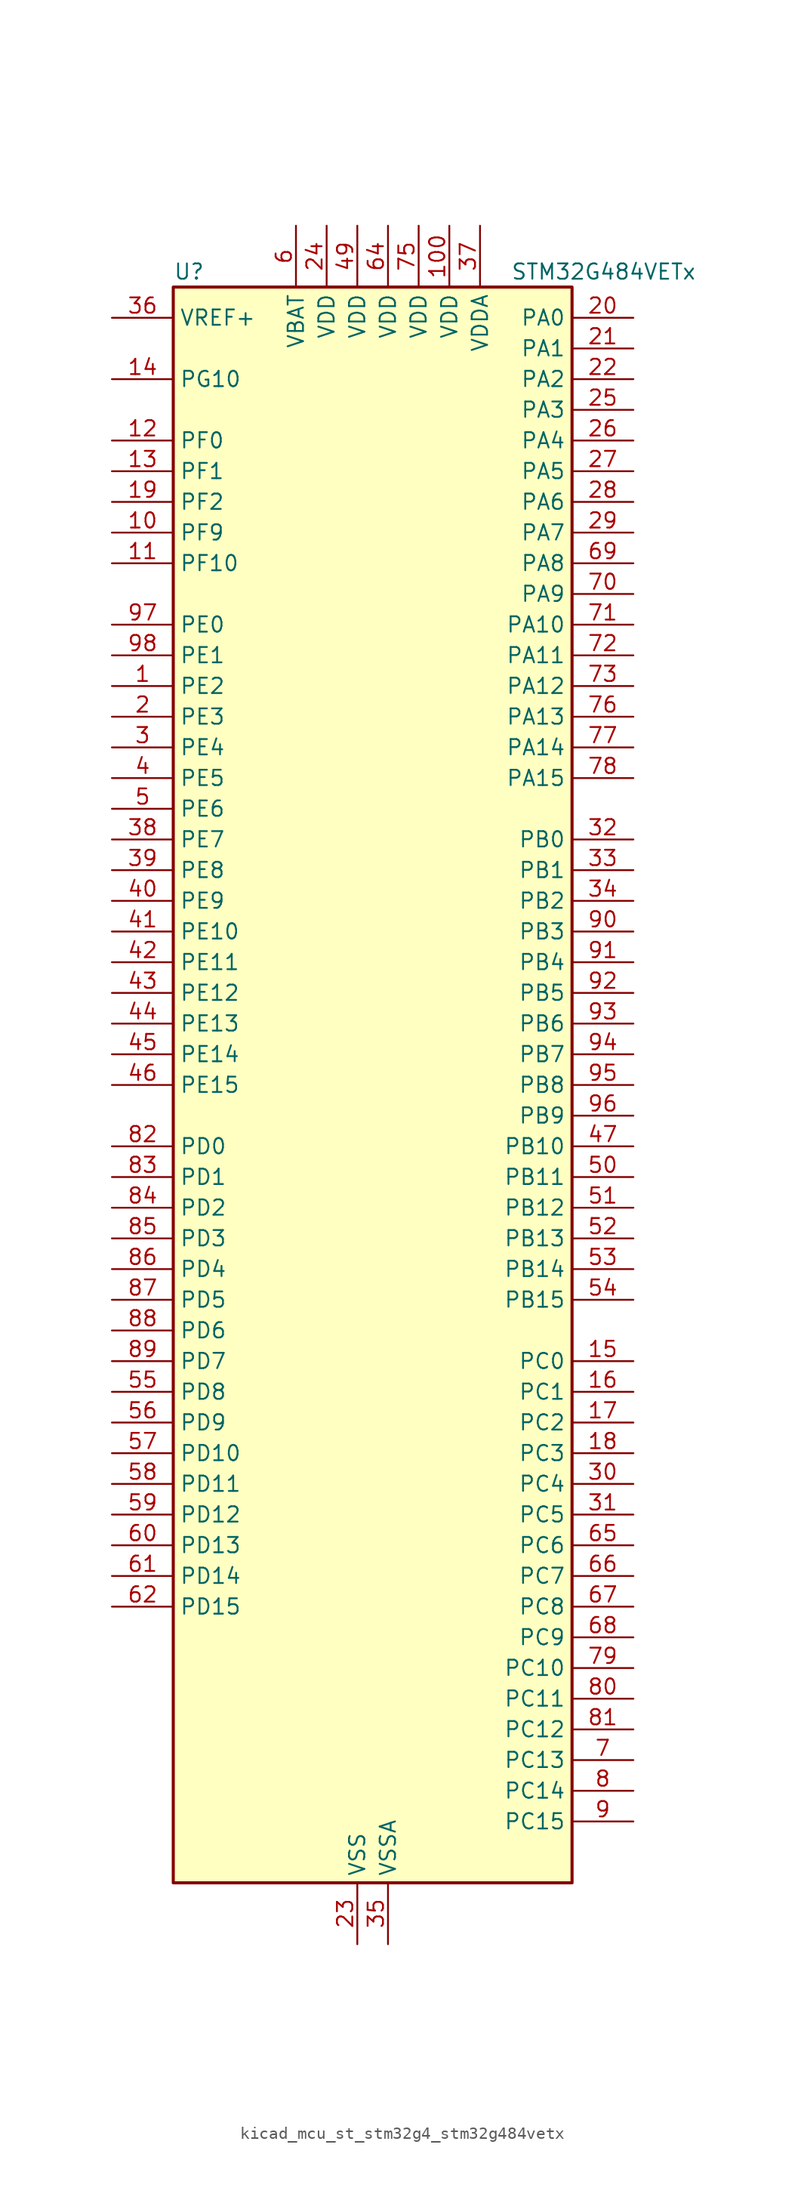
<source format=kicad_sym>
(kicad_symbol_lib
  (version 20220914)
  (generator kicad_symbol_editor)
  (symbol "kicad_mcu_st_stm32g4_stm32g484vetx"
    (property "Reference" "U"
      (at -15.24 67.31 0)
      (effects (font (size 1.27 1.27)) (justify left)))
    (property "Value" "STM32G484VETx"
      (at 12.7 67.31 0)
      (effects (font (size 1.27 1.27)) (justify left)))
    (property "ki_locked" ""
      (at 0 0 0)
      (effects (font (size 1.27 1.27))))
    (symbol "kicad_mcu_st_stm32g4_stm32g484vetx_0_1"
      (rectangle (start -15.24 -66.04) (end 17.78 66.04) (stroke (width 0.254) (type default)) (fill (type background))))
    (symbol "kicad_mcu_st_stm32g4_stm32g484vetx_1_1"
      (pin bidirectional line (at -20.32 33.02 0) (length 5.08) (name "PE2" (effects (font (size 1.27 1.27)))) (number "1" (effects (font (size 1.27 1.27)))) (alternate "ADC3_EXTI2" bidirectional line) (alternate "ADC4_EXTI2" bidirectional line) (alternate "ADC5_EXTI2" bidirectional line) (alternate "FMC_A23" bidirectional line) (alternate "SAI1_CK1" bidirectional line) (alternate "SAI1_MCLK_A" bidirectional line) (alternate "SPI4_SCK" bidirectional line) (alternate "SYS_TRACECLK" bidirectional line) (alternate "TIM20_CH1" bidirectional line) (alternate "TIM3_CH1" bidirectional line))
      (pin bidirectional line (at -20.32 45.72 0) (length 5.08) (name "PF9" (effects (font (size 1.27 1.27)))) (number "10" (effects (font (size 1.27 1.27)))) (alternate "DAC1_EXTI9" bidirectional line) (alternate "DAC2_EXTI9" bidirectional line) (alternate "DAC3_EXTI9" bidirectional line) (alternate "DAC4_EXTI9" bidirectional line) (alternate "FMC_A25" bidirectional line) (alternate "QUADSPI1_BK1_IO1" bidirectional line) (alternate "SAI1_FS_B" bidirectional line) (alternate "SPI2_SCK" bidirectional line) (alternate "TIM15_CH1" bidirectional line) (alternate "TIM20_BKIN" bidirectional line) (alternate "TIM5_CH4" bidirectional line))
      (pin power_in line (at 7.62 71.12 270) (length 5.08) (name "VDD" (effects (font (size 1.27 1.27)))) (number "100" (effects (font (size 1.27 1.27)))))
      (pin bidirectional line (at -20.32 43.18 0) (length 5.08) (name "PF10" (effects (font (size 1.27 1.27)))) (number "11" (effects (font (size 1.27 1.27)))) (alternate "DAC1_EXTI10" bidirectional line) (alternate "DAC2_EXTI10" bidirectional line) (alternate "DAC3_EXTI10" bidirectional line) (alternate "DAC4_EXTI10" bidirectional line) (alternate "FMC_A0" bidirectional line) (alternate "QUADSPI1_CLK" bidirectional line) (alternate "SAI1_D3" bidirectional line) (alternate "SPI2_SCK" bidirectional line) (alternate "TIM15_CH2" bidirectional line) (alternate "TIM20_BKIN2" bidirectional line))
      (pin bidirectional line (at -20.32 53.34 0) (length 5.08) (name "PF0" (effects (font (size 1.27 1.27)))) (number "12" (effects (font (size 1.27 1.27)))) (alternate "ADC1_IN10" bidirectional line) (alternate "I2C2_SDA" bidirectional line) (alternate "I2S2_WS" bidirectional line) (alternate "RCC_OSC_IN" bidirectional line) (alternate "SPI2_NSS" bidirectional line) (alternate "TIM1_CH3N" bidirectional line))
      (pin bidirectional line (at -20.32 50.8 0) (length 5.08) (name "PF1" (effects (font (size 1.27 1.27)))) (number "13" (effects (font (size 1.27 1.27)))) (alternate "ADC2_IN10" bidirectional line) (alternate "COMP3_INM" bidirectional line) (alternate "I2S2_CK" bidirectional line) (alternate "RCC_OSC_OUT" bidirectional line) (alternate "SPI2_SCK" bidirectional line))
      (pin bidirectional line (at -20.32 58.42 0) (length 5.08) (name "PG10" (effects (font (size 1.27 1.27)))) (number "14" (effects (font (size 1.27 1.27)))) (alternate "DAC1_EXTI10" bidirectional line) (alternate "DAC2_EXTI10" bidirectional line) (alternate "DAC3_EXTI10" bidirectional line) (alternate "DAC4_EXTI10" bidirectional line) (alternate "RCC_MCO" bidirectional line))
      (pin bidirectional line (at 22.86 -22.86 180) (length 5.08) (name "PC0" (effects (font (size 1.27 1.27)))) (number "15" (effects (font (size 1.27 1.27)))) (alternate "ADC1_IN6" bidirectional line) (alternate "ADC2_IN6" bidirectional line) (alternate "COMP3_INM" bidirectional line) (alternate "LPTIM1_IN1" bidirectional line) (alternate "LPUART1_RX" bidirectional line) (alternate "TIM1_CH1" bidirectional line))
      (pin bidirectional line (at 22.86 -25.4 180) (length 5.08) (name "PC1" (effects (font (size 1.27 1.27)))) (number "16" (effects (font (size 1.27 1.27)))) (alternate "ADC1_IN7" bidirectional line) (alternate "ADC2_IN7" bidirectional line) (alternate "COMP3_INP" bidirectional line) (alternate "LPTIM1_OUT" bidirectional line) (alternate "LPUART1_TX" bidirectional line) (alternate "QUADSPI1_BK2_IO0" bidirectional line) (alternate "SAI1_SD_A" bidirectional line) (alternate "TIM1_CH2" bidirectional line))
      (pin bidirectional line (at 22.86 -27.94 180) (length 5.08) (name "PC2" (effects (font (size 1.27 1.27)))) (number "17" (effects (font (size 1.27 1.27)))) (alternate "ADC1_IN8" bidirectional line) (alternate "ADC2_IN8" bidirectional line) (alternate "ADC3_EXTI2" bidirectional line) (alternate "ADC4_EXTI2" bidirectional line) (alternate "ADC5_EXTI2" bidirectional line) (alternate "COMP3_OUT" bidirectional line) (alternate "LPTIM1_IN2" bidirectional line) (alternate "QUADSPI1_BK2_IO1" bidirectional line) (alternate "TIM1_CH3" bidirectional line) (alternate "TIM20_CH2" bidirectional line))
      (pin bidirectional line (at 22.86 -30.48 180) (length 5.08) (name "PC3" (effects (font (size 1.27 1.27)))) (number "18" (effects (font (size 1.27 1.27)))) (alternate "ADC1_IN9" bidirectional line) (alternate "ADC2_IN9" bidirectional line) (alternate "ADC3_EXTI3" bidirectional line) (alternate "ADC4_EXTI3" bidirectional line) (alternate "ADC5_EXTI3" bidirectional line) (alternate "LPTIM1_ETR" bidirectional line) (alternate "OPAMP5_VINP" bidirectional line) (alternate "OPAMP5_VINP_SEC" bidirectional line) (alternate "QUADSPI1_BK2_IO2" bidirectional line) (alternate "SAI1_D1" bidirectional line) (alternate "SAI1_SD_A" bidirectional line) (alternate "TIM1_BKIN2" bidirectional line) (alternate "TIM1_CH4" bidirectional line))
      (pin bidirectional line (at -20.32 48.26 0) (length 5.08) (name "PF2" (effects (font (size 1.27 1.27)))) (number "19" (effects (font (size 1.27 1.27)))) (alternate "ADC3_EXTI2" bidirectional line) (alternate "ADC4_EXTI2" bidirectional line) (alternate "ADC5_EXTI2" bidirectional line) (alternate "FMC_A2" bidirectional line) (alternate "I2C2_SMBA" bidirectional line) (alternate "TIM20_CH3" bidirectional line))
      (pin bidirectional line (at -20.32 30.48 0) (length 5.08) (name "PE3" (effects (font (size 1.27 1.27)))) (number "2" (effects (font (size 1.27 1.27)))) (alternate "ADC3_EXTI3" bidirectional line) (alternate "ADC4_EXTI3" bidirectional line) (alternate "ADC5_EXTI3" bidirectional line) (alternate "FMC_A19" bidirectional line) (alternate "SAI1_SD_B" bidirectional line) (alternate "SPI4_NSS" bidirectional line) (alternate "SYS_TRACED0" bidirectional line) (alternate "TIM20_CH2" bidirectional line) (alternate "TIM3_CH2" bidirectional line))
      (pin bidirectional line (at 22.86 63.5 180) (length 5.08) (name "PA0" (effects (font (size 1.27 1.27)))) (number "20" (effects (font (size 1.27 1.27)))) (alternate "ADC1_IN1" bidirectional line) (alternate "ADC2_IN1" bidirectional line) (alternate "COMP1_INM" bidirectional line) (alternate "COMP1_OUT" bidirectional line) (alternate "COMP3_INP" bidirectional line) (alternate "RTC_TAMP2" bidirectional line) (alternate "SYS_WKUP1" bidirectional line) (alternate "TIM2_CH1" bidirectional line) (alternate "TIM2_ETR" bidirectional line) (alternate "TIM5_CH1" bidirectional line) (alternate "TIM8_BKIN" bidirectional line) (alternate "TIM8_ETR" bidirectional line) (alternate "USART2_CTS" bidirectional line) (alternate "USART2_NSS" bidirectional line))
      (pin bidirectional line (at 22.86 60.96 180) (length 5.08) (name "PA1" (effects (font (size 1.27 1.27)))) (number "21" (effects (font (size 1.27 1.27)))) (alternate "ADC1_IN2" bidirectional line) (alternate "ADC2_IN2" bidirectional line) (alternate "COMP1_INP" bidirectional line) (alternate "OPAMP1_VINP" bidirectional line) (alternate "OPAMP1_VINP_SEC" bidirectional line) (alternate "OPAMP3_VINP" bidirectional line) (alternate "OPAMP3_VINP_SEC" bidirectional line) (alternate "OPAMP6_VINM" bidirectional line) (alternate "OPAMP6_VINM0" bidirectional line) (alternate "OPAMP6_VINM_SEC" bidirectional line) (alternate "RTC_REFIN" bidirectional line) (alternate "TIM15_CH1N" bidirectional line) (alternate "TIM2_CH2" bidirectional line) (alternate "TIM5_CH2" bidirectional line) (alternate "USART2_DE" bidirectional line) (alternate "USART2_RTS" bidirectional line))
      (pin bidirectional line (at 22.86 58.42 180) (length 5.08) (name "PA2" (effects (font (size 1.27 1.27)))) (number "22" (effects (font (size 1.27 1.27)))) (alternate "ADC1_IN3" bidirectional line) (alternate "ADC3_EXTI2" bidirectional line) (alternate "ADC4_EXTI2" bidirectional line) (alternate "ADC5_EXTI2" bidirectional line) (alternate "COMP2_INM" bidirectional line) (alternate "COMP2_OUT" bidirectional line) (alternate "LPUART1_TX" bidirectional line) (alternate "OPAMP1_VOUT" bidirectional line) (alternate "QUADSPI1_BK1_NCS" bidirectional line) (alternate "RCC_LSCO" bidirectional line) (alternate "SYS_WKUP4" bidirectional line) (alternate "TIM15_CH1" bidirectional line) (alternate "TIM2_CH3" bidirectional line) (alternate "TIM5_CH3" bidirectional line) (alternate "UCPD1_FRSTX1" bidirectional line) (alternate "UCPD1_FRSTX2" bidirectional line) (alternate "USART2_TX" bidirectional line))
      (pin power_in line (at 0 -71.12 90) (length 5.08) (name "VSS" (effects (font (size 1.27 1.27)))) (number "23" (effects (font (size 1.27 1.27)))))
      (pin power_in line (at -2.54 71.12 270) (length 5.08) (name "VDD" (effects (font (size 1.27 1.27)))) (number "24" (effects (font (size 1.27 1.27)))))
      (pin bidirectional line (at 22.86 55.88 180) (length 5.08) (name "PA3" (effects (font (size 1.27 1.27)))) (number "25" (effects (font (size 1.27 1.27)))) (alternate "ADC1_IN4" bidirectional line) (alternate "ADC3_EXTI3" bidirectional line) (alternate "ADC4_EXTI3" bidirectional line) (alternate "ADC5_EXTI3" bidirectional line) (alternate "COMP2_INP" bidirectional line) (alternate "LPUART1_RX" bidirectional line) (alternate "OPAMP1_VINM" bidirectional line) (alternate "OPAMP1_VINM0" bidirectional line) (alternate "OPAMP1_VINM_SEC" bidirectional line) (alternate "OPAMP1_VINP" bidirectional line) (alternate "OPAMP1_VINP_SEC" bidirectional line) (alternate "OPAMP5_VINM" bidirectional line) (alternate "OPAMP5_VINM1" bidirectional line) (alternate "OPAMP5_VINM_SEC" bidirectional line) (alternate "QUADSPI1_CLK" bidirectional line) (alternate "SAI1_CK1" bidirectional line) (alternate "SAI1_MCLK_A" bidirectional line) (alternate "TIM15_CH2" bidirectional line) (alternate "TIM2_CH4" bidirectional line) (alternate "TIM5_CH4" bidirectional line) (alternate "USART2_RX" bidirectional line))
      (pin bidirectional line (at 22.86 53.34 180) (length 5.08) (name "PA4" (effects (font (size 1.27 1.27)))) (number "26" (effects (font (size 1.27 1.27)))) (alternate "ADC2_IN17" bidirectional line) (alternate "COMP1_INM" bidirectional line) (alternate "DAC1_OUT1" bidirectional line) (alternate "I2S3_WS" bidirectional line) (alternate "SAI1_FS_B" bidirectional line) (alternate "SPI1_NSS" bidirectional line) (alternate "SPI3_NSS" bidirectional line) (alternate "TIM3_CH2" bidirectional line) (alternate "USART2_CK" bidirectional line))
      (pin bidirectional line (at 22.86 50.8 180) (length 5.08) (name "PA5" (effects (font (size 1.27 1.27)))) (number "27" (effects (font (size 1.27 1.27)))) (alternate "ADC2_IN13" bidirectional line) (alternate "COMP2_INM" bidirectional line) (alternate "DAC1_OUT2" bidirectional line) (alternate "OPAMP2_VINM" bidirectional line) (alternate "OPAMP2_VINM0" bidirectional line) (alternate "OPAMP2_VINM_SEC" bidirectional line) (alternate "SPI1_SCK" bidirectional line) (alternate "TIM2_CH1" bidirectional line) (alternate "TIM2_ETR" bidirectional line) (alternate "UCPD1_FRSTX1" bidirectional line) (alternate "UCPD1_FRSTX2" bidirectional line))
      (pin bidirectional line (at 22.86 48.26 180) (length 5.08) (name "PA6" (effects (font (size 1.27 1.27)))) (number "28" (effects (font (size 1.27 1.27)))) (alternate "ADC2_IN3" bidirectional line) (alternate "COMP1_OUT" bidirectional line) (alternate "DAC2_OUT1" bidirectional line) (alternate "LPUART1_CTS" bidirectional line) (alternate "OPAMP2_VOUT" bidirectional line) (alternate "QUADSPI1_BK1_IO3" bidirectional line) (alternate "SPI1_MISO" bidirectional line) (alternate "TIM16_CH1" bidirectional line) (alternate "TIM1_BKIN" bidirectional line) (alternate "TIM3_CH1" bidirectional line) (alternate "TIM8_BKIN" bidirectional line))
      (pin bidirectional line (at 22.86 45.72 180) (length 5.08) (name "PA7" (effects (font (size 1.27 1.27)))) (number "29" (effects (font (size 1.27 1.27)))) (alternate "ADC2_IN4" bidirectional line) (alternate "COMP2_INP" bidirectional line) (alternate "COMP2_OUT" bidirectional line) (alternate "OPAMP1_VINP" bidirectional line) (alternate "OPAMP1_VINP_SEC" bidirectional line) (alternate "OPAMP2_VINP" bidirectional line) (alternate "OPAMP2_VINP_SEC" bidirectional line) (alternate "QUADSPI1_BK1_IO2" bidirectional line) (alternate "SPI1_MOSI" bidirectional line) (alternate "TIM17_CH1" bidirectional line) (alternate "TIM1_CH1N" bidirectional line) (alternate "TIM3_CH2" bidirectional line) (alternate "TIM8_CH1N" bidirectional line) (alternate "UCPD1_FRSTX1" bidirectional line) (alternate "UCPD1_FRSTX2" bidirectional line))
      (pin bidirectional line (at -20.32 27.94 0) (length 5.08) (name "PE4" (effects (font (size 1.27 1.27)))) (number "3" (effects (font (size 1.27 1.27)))) (alternate "FMC_A20" bidirectional line) (alternate "SAI1_D2" bidirectional line) (alternate "SAI1_FS_A" bidirectional line) (alternate "SPI4_NSS" bidirectional line) (alternate "SYS_TRACED1" bidirectional line) (alternate "TIM20_CH1N" bidirectional line) (alternate "TIM3_CH3" bidirectional line))
      (pin bidirectional line (at 22.86 -33.02 180) (length 5.08) (name "PC4" (effects (font (size 1.27 1.27)))) (number "30" (effects (font (size 1.27 1.27)))) (alternate "ADC2_IN5" bidirectional line) (alternate "I2C2_SCL" bidirectional line) (alternate "QUADSPI1_BK2_IO3" bidirectional line) (alternate "TIM1_ETR" bidirectional line) (alternate "USART1_TX" bidirectional line))
      (pin bidirectional line (at 22.86 -35.56 180) (length 5.08) (name "PC5" (effects (font (size 1.27 1.27)))) (number "31" (effects (font (size 1.27 1.27)))) (alternate "ADC2_IN11" bidirectional line) (alternate "HRTIM1_EEV10" bidirectional line) (alternate "OPAMP1_VINM" bidirectional line) (alternate "OPAMP1_VINM1" bidirectional line) (alternate "OPAMP1_VINM_SEC" bidirectional line) (alternate "OPAMP2_VINM" bidirectional line) (alternate "OPAMP2_VINM1" bidirectional line) (alternate "OPAMP2_VINM_SEC" bidirectional line) (alternate "SAI1_D3" bidirectional line) (alternate "SYS_WKUP5" bidirectional line) (alternate "TIM15_BKIN" bidirectional line) (alternate "TIM1_CH4N" bidirectional line) (alternate "USART1_RX" bidirectional line))
      (pin bidirectional line (at 22.86 20.32 180) (length 5.08) (name "PB0" (effects (font (size 1.27 1.27)))) (number "32" (effects (font (size 1.27 1.27)))) (alternate "ADC1_IN15" bidirectional line) (alternate "ADC3_IN12" bidirectional line) (alternate "COMP4_INP" bidirectional line) (alternate "HRTIM1_FLT5" bidirectional line) (alternate "OPAMP2_VINP" bidirectional line) (alternate "OPAMP2_VINP_SEC" bidirectional line) (alternate "OPAMP3_VINP" bidirectional line) (alternate "OPAMP3_VINP_SEC" bidirectional line) (alternate "QUADSPI1_BK1_IO1" bidirectional line) (alternate "TIM1_CH2N" bidirectional line) (alternate "TIM3_CH3" bidirectional line) (alternate "TIM8_CH2N" bidirectional line) (alternate "UCPD1_FRSTX1" bidirectional line) (alternate "UCPD1_FRSTX2" bidirectional line))
      (pin bidirectional line (at 22.86 17.78 180) (length 5.08) (name "PB1" (effects (font (size 1.27 1.27)))) (number "33" (effects (font (size 1.27 1.27)))) (alternate "ADC1_IN12" bidirectional line) (alternate "ADC3_IN1" bidirectional line) (alternate "COMP1_INP" bidirectional line) (alternate "COMP4_OUT" bidirectional line) (alternate "HRTIM1_SCOUT" bidirectional line) (alternate "LPUART1_DE" bidirectional line) (alternate "LPUART1_RTS" bidirectional line) (alternate "OPAMP3_VOUT" bidirectional line) (alternate "OPAMP6_VINM" bidirectional line) (alternate "OPAMP6_VINM1" bidirectional line) (alternate "OPAMP6_VINM_SEC" bidirectional line) (alternate "QUADSPI1_BK1_IO0" bidirectional line) (alternate "TIM1_CH3N" bidirectional line) (alternate "TIM3_CH4" bidirectional line) (alternate "TIM8_CH3N" bidirectional line))
      (pin bidirectional line (at 22.86 15.24 180) (length 5.08) (name "PB2" (effects (font (size 1.27 1.27)))) (number "34" (effects (font (size 1.27 1.27)))) (alternate "ADC2_IN12" bidirectional line) (alternate "ADC3_EXTI2" bidirectional line) (alternate "ADC4_EXTI2" bidirectional line) (alternate "ADC5_EXTI2" bidirectional line) (alternate "COMP4_INM" bidirectional line) (alternate "HRTIM1_SCIN" bidirectional line) (alternate "I2C3_SMBA" bidirectional line) (alternate "LPTIM1_OUT" bidirectional line) (alternate "OPAMP3_VINM" bidirectional line) (alternate "OPAMP3_VINM0" bidirectional line) (alternate "OPAMP3_VINM_SEC" bidirectional line) (alternate "QUADSPI1_BK2_IO1" bidirectional line) (alternate "RTC_OUT2" bidirectional line) (alternate "TIM20_CH1" bidirectional line) (alternate "TIM5_CH1" bidirectional line))
      (pin power_in line (at 2.54 -71.12 90) (length 5.08) (name "VSSA" (effects (font (size 1.27 1.27)))) (number "35" (effects (font (size 1.27 1.27)))))
      (pin input line (at -20.32 63.5 0) (length 5.08) (name "VREF+" (effects (font (size 1.27 1.27)))) (number "36" (effects (font (size 1.27 1.27)))) (alternate "VREFBUF_OUT" bidirectional line))
      (pin power_in line (at 10.16 71.12 270) (length 5.08) (name "VDDA" (effects (font (size 1.27 1.27)))) (number "37" (effects (font (size 1.27 1.27)))))
      (pin bidirectional line (at -20.32 20.32 0) (length 5.08) (name "PE7" (effects (font (size 1.27 1.27)))) (number "38" (effects (font (size 1.27 1.27)))) (alternate "ADC3_IN4" bidirectional line) (alternate "COMP4_INP" bidirectional line) (alternate "FMC_D4" bidirectional line) (alternate "FMC_DA4" bidirectional line) (alternate "SAI1_SD_B" bidirectional line) (alternate "TIM1_ETR" bidirectional line))
      (pin bidirectional line (at -20.32 17.78 0) (length 5.08) (name "PE8" (effects (font (size 1.27 1.27)))) (number "39" (effects (font (size 1.27 1.27)))) (alternate "ADC3_IN6" bidirectional line) (alternate "ADC4_IN6" bidirectional line) (alternate "ADC5_IN6" bidirectional line) (alternate "COMP4_INM" bidirectional line) (alternate "FMC_D5" bidirectional line) (alternate "FMC_DA5" bidirectional line) (alternate "SAI1_SCK_B" bidirectional line) (alternate "TIM1_CH1N" bidirectional line) (alternate "TIM5_CH3" bidirectional line))
      (pin bidirectional line (at -20.32 25.4 0) (length 5.08) (name "PE5" (effects (font (size 1.27 1.27)))) (number "4" (effects (font (size 1.27 1.27)))) (alternate "FMC_A21" bidirectional line) (alternate "SAI1_CK2" bidirectional line) (alternate "SAI1_SCK_A" bidirectional line) (alternate "SPI4_MISO" bidirectional line) (alternate "SYS_TRACED2" bidirectional line) (alternate "TIM20_CH2N" bidirectional line) (alternate "TIM3_CH4" bidirectional line))
      (pin bidirectional line (at -20.32 15.24 0) (length 5.08) (name "PE9" (effects (font (size 1.27 1.27)))) (number "40" (effects (font (size 1.27 1.27)))) (alternate "ADC3_IN2" bidirectional line) (alternate "DAC1_EXTI9" bidirectional line) (alternate "DAC2_EXTI9" bidirectional line) (alternate "DAC3_EXTI9" bidirectional line) (alternate "DAC4_EXTI9" bidirectional line) (alternate "FMC_D6" bidirectional line) (alternate "FMC_DA6" bidirectional line) (alternate "SAI1_FS_B" bidirectional line) (alternate "TIM1_CH1" bidirectional line) (alternate "TIM5_CH4" bidirectional line))
      (pin bidirectional line (at -20.32 12.7 0) (length 5.08) (name "PE10" (effects (font (size 1.27 1.27)))) (number "41" (effects (font (size 1.27 1.27)))) (alternate "ADC3_IN14" bidirectional line) (alternate "ADC4_IN14" bidirectional line) (alternate "ADC5_IN14" bidirectional line) (alternate "DAC1_EXTI10" bidirectional line) (alternate "DAC2_EXTI10" bidirectional line) (alternate "DAC3_EXTI10" bidirectional line) (alternate "DAC4_EXTI10" bidirectional line) (alternate "FMC_D7" bidirectional line) (alternate "FMC_DA7" bidirectional line) (alternate "QUADSPI1_CLK" bidirectional line) (alternate "SAI1_MCLK_B" bidirectional line) (alternate "TIM1_CH2N" bidirectional line))
      (pin bidirectional line (at -20.32 10.16 0) (length 5.08) (name "PE11" (effects (font (size 1.27 1.27)))) (number "42" (effects (font (size 1.27 1.27)))) (alternate "ADC1_EXTI11" bidirectional line) (alternate "ADC2_EXTI11" bidirectional line) (alternate "ADC3_IN15" bidirectional line) (alternate "ADC4_IN15" bidirectional line) (alternate "ADC5_IN15" bidirectional line) (alternate "FMC_D8" bidirectional line) (alternate "FMC_DA8" bidirectional line) (alternate "QUADSPI1_BK1_NCS" bidirectional line) (alternate "SPI4_NSS" bidirectional line) (alternate "TIM1_CH2" bidirectional line))
      (pin bidirectional line (at -20.32 7.62 0) (length 5.08) (name "PE12" (effects (font (size 1.27 1.27)))) (number "43" (effects (font (size 1.27 1.27)))) (alternate "ADC3_IN16" bidirectional line) (alternate "ADC4_IN16" bidirectional line) (alternate "ADC5_IN16" bidirectional line) (alternate "FMC_D9" bidirectional line) (alternate "FMC_DA9" bidirectional line) (alternate "QUADSPI1_BK1_IO0" bidirectional line) (alternate "SPI4_SCK" bidirectional line) (alternate "TIM1_CH3N" bidirectional line))
      (pin bidirectional line (at -20.32 5.08 0) (length 5.08) (name "PE13" (effects (font (size 1.27 1.27)))) (number "44" (effects (font (size 1.27 1.27)))) (alternate "ADC3_IN3" bidirectional line) (alternate "FMC_D10" bidirectional line) (alternate "FMC_DA10" bidirectional line) (alternate "QUADSPI1_BK1_IO1" bidirectional line) (alternate "SPI4_MISO" bidirectional line) (alternate "TIM1_CH3" bidirectional line))
      (pin bidirectional line (at -20.32 2.54 0) (length 5.08) (name "PE14" (effects (font (size 1.27 1.27)))) (number "45" (effects (font (size 1.27 1.27)))) (alternate "ADC4_IN1" bidirectional line) (alternate "FMC_D11" bidirectional line) (alternate "FMC_DA11" bidirectional line) (alternate "QUADSPI1_BK1_IO2" bidirectional line) (alternate "SPI4_MOSI" bidirectional line) (alternate "TIM1_BKIN2" bidirectional line) (alternate "TIM1_CH4" bidirectional line))
      (pin bidirectional line (at -20.32 0 0) (length 5.08) (name "PE15" (effects (font (size 1.27 1.27)))) (number "46" (effects (font (size 1.27 1.27)))) (alternate "ADC1_EXTI15" bidirectional line) (alternate "ADC2_EXTI15" bidirectional line) (alternate "ADC4_IN2" bidirectional line) (alternate "FMC_D12" bidirectional line) (alternate "FMC_DA12" bidirectional line) (alternate "QUADSPI1_BK1_IO3" bidirectional line) (alternate "TIM1_BKIN" bidirectional line) (alternate "TIM1_CH4N" bidirectional line) (alternate "USART3_RX" bidirectional line))
      (pin bidirectional line (at 22.86 -5.08 180) (length 5.08) (name "PB10" (effects (font (size 1.27 1.27)))) (number "47" (effects (font (size 1.27 1.27)))) (alternate "COMP5_INM" bidirectional line) (alternate "DAC1_EXTI10" bidirectional line) (alternate "DAC2_EXTI10" bidirectional line) (alternate "DAC3_EXTI10" bidirectional line) (alternate "DAC4_EXTI10" bidirectional line) (alternate "HRTIM1_FLT3" bidirectional line) (alternate "LPUART1_RX" bidirectional line) (alternate "OPAMP3_VINM" bidirectional line) (alternate "OPAMP3_VINM1" bidirectional line) (alternate "OPAMP3_VINM_SEC" bidirectional line) (alternate "OPAMP4_VINM" bidirectional line) (alternate "OPAMP4_VINM0" bidirectional line) (alternate "OPAMP4_VINM_SEC" bidirectional line) (alternate "QUADSPI1_CLK" bidirectional line) (alternate "SAI1_SCK_A" bidirectional line) (alternate "TIM1_BKIN" bidirectional line) (alternate "TIM2_CH3" bidirectional line) (alternate "USART3_TX" bidirectional line))
      (pin passive line (at 0 -71.12 90) (length 5.08) hide (name "VSS" (effects (font (size 1.27 1.27)))) (number "48" (effects (font (size 1.27 1.27)))))
      (pin power_in line (at 0 71.12 270) (length 5.08) (name "VDD" (effects (font (size 1.27 1.27)))) (number "49" (effects (font (size 1.27 1.27)))))
      (pin bidirectional line (at -20.32 22.86 0) (length 5.08) (name "PE6" (effects (font (size 1.27 1.27)))) (number "5" (effects (font (size 1.27 1.27)))) (alternate "FMC_A22" bidirectional line) (alternate "RTC_TAMP3" bidirectional line) (alternate "SAI1_D1" bidirectional line) (alternate "SAI1_SD_A" bidirectional line) (alternate "SPI4_MOSI" bidirectional line) (alternate "SYS_TRACED3" bidirectional line) (alternate "SYS_WKUP3" bidirectional line) (alternate "TIM20_CH3N" bidirectional line))
      (pin bidirectional line (at 22.86 -7.62 180) (length 5.08) (name "PB11" (effects (font (size 1.27 1.27)))) (number "50" (effects (font (size 1.27 1.27)))) (alternate "ADC1_EXTI11" bidirectional line) (alternate "ADC1_IN14" bidirectional line) (alternate "ADC2_EXTI11" bidirectional line) (alternate "ADC2_IN14" bidirectional line) (alternate "COMP6_INP" bidirectional line) (alternate "HRTIM1_FLT4" bidirectional line) (alternate "LPUART1_TX" bidirectional line) (alternate "OPAMP4_VINP" bidirectional line) (alternate "OPAMP4_VINP_SEC" bidirectional line) (alternate "OPAMP6_VOUT" bidirectional line) (alternate "QUADSPI1_BK1_NCS" bidirectional line) (alternate "TIM2_CH4" bidirectional line) (alternate "USART3_RX" bidirectional line))
      (pin bidirectional line (at 22.86 -10.16 180) (length 5.08) (name "PB12" (effects (font (size 1.27 1.27)))) (number "51" (effects (font (size 1.27 1.27)))) (alternate "ADC1_IN11" bidirectional line) (alternate "ADC4_IN3" bidirectional line) (alternate "COMP7_INM" bidirectional line) (alternate "FDCAN2_RX" bidirectional line) (alternate "HRTIM1_CHC1" bidirectional line) (alternate "I2C2_SMBA" bidirectional line) (alternate "I2S2_WS" bidirectional line) (alternate "LPUART1_DE" bidirectional line) (alternate "LPUART1_RTS" bidirectional line) (alternate "OPAMP4_VOUT" bidirectional line) (alternate "OPAMP6_VINP" bidirectional line) (alternate "OPAMP6_VINP_SEC" bidirectional line) (alternate "SPI2_NSS" bidirectional line) (alternate "TIM1_BKIN" bidirectional line) (alternate "TIM5_ETR" bidirectional line) (alternate "USART3_CK" bidirectional line))
      (pin bidirectional line (at 22.86 -12.7 180) (length 5.08) (name "PB13" (effects (font (size 1.27 1.27)))) (number "52" (effects (font (size 1.27 1.27)))) (alternate "ADC3_IN5" bidirectional line) (alternate "COMP5_INP" bidirectional line) (alternate "FDCAN2_TX" bidirectional line) (alternate "HRTIM1_CHC2" bidirectional line) (alternate "I2S2_CK" bidirectional line) (alternate "LPUART1_CTS" bidirectional line) (alternate "OPAMP3_VINP" bidirectional line) (alternate "OPAMP3_VINP_SEC" bidirectional line) (alternate "OPAMP4_VINP" bidirectional line) (alternate "OPAMP4_VINP_SEC" bidirectional line) (alternate "OPAMP6_VINP" bidirectional line) (alternate "OPAMP6_VINP_SEC" bidirectional line) (alternate "SPI2_SCK" bidirectional line) (alternate "TIM1_CH1N" bidirectional line) (alternate "USART3_CTS" bidirectional line) (alternate "USART3_NSS" bidirectional line))
      (pin bidirectional line (at 22.86 -15.24 180) (length 5.08) (name "PB14" (effects (font (size 1.27 1.27)))) (number "53" (effects (font (size 1.27 1.27)))) (alternate "ADC1_IN5" bidirectional line) (alternate "ADC4_IN4" bidirectional line) (alternate "COMP4_OUT" bidirectional line) (alternate "COMP7_INP" bidirectional line) (alternate "HRTIM1_CHD1" bidirectional line) (alternate "OPAMP2_VINP" bidirectional line) (alternate "OPAMP2_VINP_SEC" bidirectional line) (alternate "OPAMP5_VINP" bidirectional line) (alternate "OPAMP5_VINP_SEC" bidirectional line) (alternate "SPI2_MISO" bidirectional line) (alternate "TIM15_CH1" bidirectional line) (alternate "TIM1_CH2N" bidirectional line) (alternate "USART3_DE" bidirectional line) (alternate "USART3_RTS" bidirectional line))
      (pin bidirectional line (at 22.86 -17.78 180) (length 5.08) (name "PB15" (effects (font (size 1.27 1.27)))) (number "54" (effects (font (size 1.27 1.27)))) (alternate "ADC1_EXTI15" bidirectional line) (alternate "ADC2_EXTI15" bidirectional line) (alternate "ADC2_IN15" bidirectional line) (alternate "ADC4_IN5" bidirectional line) (alternate "COMP3_OUT" bidirectional line) (alternate "COMP6_INM" bidirectional line) (alternate "HRTIM1_CHD2" bidirectional line) (alternate "I2S2_SD" bidirectional line) (alternate "OPAMP5_VINM" bidirectional line) (alternate "OPAMP5_VINM0" bidirectional line) (alternate "OPAMP5_VINM_SEC" bidirectional line) (alternate "RTC_REFIN" bidirectional line) (alternate "SPI2_MOSI" bidirectional line) (alternate "TIM15_CH1N" bidirectional line) (alternate "TIM15_CH2" bidirectional line) (alternate "TIM1_CH3N" bidirectional line))
      (pin bidirectional line (at -20.32 -25.4 0) (length 5.08) (name "PD8" (effects (font (size 1.27 1.27)))) (number "55" (effects (font (size 1.27 1.27)))) (alternate "ADC4_IN12" bidirectional line) (alternate "ADC5_IN12" bidirectional line) (alternate "FMC_D13" bidirectional line) (alternate "FMC_DA13" bidirectional line) (alternate "OPAMP4_VINM" bidirectional line) (alternate "OPAMP4_VINM1" bidirectional line) (alternate "OPAMP4_VINM_SEC" bidirectional line) (alternate "USART3_TX" bidirectional line))
      (pin bidirectional line (at -20.32 -27.94 0) (length 5.08) (name "PD9" (effects (font (size 1.27 1.27)))) (number "56" (effects (font (size 1.27 1.27)))) (alternate "ADC4_IN13" bidirectional line) (alternate "ADC5_IN13" bidirectional line) (alternate "DAC1_EXTI9" bidirectional line) (alternate "DAC2_EXTI9" bidirectional line) (alternate "DAC3_EXTI9" bidirectional line) (alternate "DAC4_EXTI9" bidirectional line) (alternate "FMC_D14" bidirectional line) (alternate "FMC_DA14" bidirectional line) (alternate "OPAMP6_VINP" bidirectional line) (alternate "OPAMP6_VINP_SEC" bidirectional line) (alternate "USART3_RX" bidirectional line))
      (pin bidirectional line (at -20.32 -30.48 0) (length 5.08) (name "PD10" (effects (font (size 1.27 1.27)))) (number "57" (effects (font (size 1.27 1.27)))) (alternate "ADC3_IN7" bidirectional line) (alternate "ADC4_IN7" bidirectional line) (alternate "ADC5_IN7" bidirectional line) (alternate "COMP6_INM" bidirectional line) (alternate "DAC1_EXTI10" bidirectional line) (alternate "DAC2_EXTI10" bidirectional line) (alternate "DAC3_EXTI10" bidirectional line) (alternate "DAC4_EXTI10" bidirectional line) (alternate "FMC_D15" bidirectional line) (alternate "FMC_DA15" bidirectional line) (alternate "USART3_CK" bidirectional line))
      (pin bidirectional line (at -20.32 -33.02 0) (length 5.08) (name "PD11" (effects (font (size 1.27 1.27)))) (number "58" (effects (font (size 1.27 1.27)))) (alternate "ADC1_EXTI11" bidirectional line) (alternate "ADC2_EXTI11" bidirectional line) (alternate "ADC3_IN8" bidirectional line) (alternate "ADC4_IN8" bidirectional line) (alternate "ADC5_IN8" bidirectional line) (alternate "COMP6_INP" bidirectional line) (alternate "FMC_A16" bidirectional line) (alternate "FMC_CLE" bidirectional line) (alternate "I2C4_SMBA" bidirectional line) (alternate "OPAMP4_VINP" bidirectional line) (alternate "OPAMP4_VINP_SEC" bidirectional line) (alternate "TIM5_ETR" bidirectional line) (alternate "USART3_CTS" bidirectional line) (alternate "USART3_NSS" bidirectional line))
      (pin bidirectional line (at -20.32 -35.56 0) (length 5.08) (name "PD12" (effects (font (size 1.27 1.27)))) (number "59" (effects (font (size 1.27 1.27)))) (alternate "ADC3_IN9" bidirectional line) (alternate "ADC4_IN9" bidirectional line) (alternate "ADC5_IN9" bidirectional line) (alternate "COMP5_INP" bidirectional line) (alternate "FMC_A17" bidirectional line) (alternate "FMC_ALE" bidirectional line) (alternate "OPAMP5_VINP" bidirectional line) (alternate "OPAMP5_VINP_SEC" bidirectional line) (alternate "TIM4_CH1" bidirectional line) (alternate "USART3_DE" bidirectional line) (alternate "USART3_RTS" bidirectional line))
      (pin power_in line (at -5.08 71.12 270) (length 5.08) (name "VBAT" (effects (font (size 1.27 1.27)))) (number "6" (effects (font (size 1.27 1.27)))))
      (pin bidirectional line (at -20.32 -38.1 0) (length 5.08) (name "PD13" (effects (font (size 1.27 1.27)))) (number "60" (effects (font (size 1.27 1.27)))) (alternate "ADC3_IN10" bidirectional line) (alternate "ADC4_IN10" bidirectional line) (alternate "ADC5_IN10" bidirectional line) (alternate "COMP5_INM" bidirectional line) (alternate "FMC_A18" bidirectional line) (alternate "TIM4_CH2" bidirectional line))
      (pin bidirectional line (at -20.32 -40.64 0) (length 5.08) (name "PD14" (effects (font (size 1.27 1.27)))) (number "61" (effects (font (size 1.27 1.27)))) (alternate "ADC3_IN11" bidirectional line) (alternate "ADC4_IN11" bidirectional line) (alternate "ADC5_IN11" bidirectional line) (alternate "COMP7_INP" bidirectional line) (alternate "FMC_D0" bidirectional line) (alternate "FMC_DA0" bidirectional line) (alternate "OPAMP2_VINP" bidirectional line) (alternate "OPAMP2_VINP_SEC" bidirectional line) (alternate "TIM4_CH3" bidirectional line))
      (pin bidirectional line (at -20.32 -43.18 0) (length 5.08) (name "PD15" (effects (font (size 1.27 1.27)))) (number "62" (effects (font (size 1.27 1.27)))) (alternate "ADC1_EXTI15" bidirectional line) (alternate "ADC2_EXTI15" bidirectional line) (alternate "COMP7_INM" bidirectional line) (alternate "FMC_D1" bidirectional line) (alternate "FMC_DA1" bidirectional line) (alternate "SPI2_NSS" bidirectional line) (alternate "TIM4_CH4" bidirectional line))
      (pin passive line (at 0 -71.12 90) (length 5.08) hide (name "VSS" (effects (font (size 1.27 1.27)))) (number "63" (effects (font (size 1.27 1.27)))))
      (pin power_in line (at 2.54 71.12 270) (length 5.08) (name "VDD" (effects (font (size 1.27 1.27)))) (number "64" (effects (font (size 1.27 1.27)))))
      (pin bidirectional line (at 22.86 -38.1 180) (length 5.08) (name "PC6" (effects (font (size 1.27 1.27)))) (number "65" (effects (font (size 1.27 1.27)))) (alternate "COMP6_OUT" bidirectional line) (alternate "HRTIM1_CHF1" bidirectional line) (alternate "HRTIM1_EEV10" bidirectional line) (alternate "I2C4_SCL" bidirectional line) (alternate "I2S2_MCK" bidirectional line) (alternate "TIM3_CH1" bidirectional line) (alternate "TIM8_CH1" bidirectional line))
      (pin bidirectional line (at 22.86 -40.64 180) (length 5.08) (name "PC7" (effects (font (size 1.27 1.27)))) (number "66" (effects (font (size 1.27 1.27)))) (alternate "COMP5_OUT" bidirectional line) (alternate "HRTIM1_CHF2" bidirectional line) (alternate "HRTIM1_FLT5" bidirectional line) (alternate "I2C4_SDA" bidirectional line) (alternate "I2S3_MCK" bidirectional line) (alternate "TIM3_CH2" bidirectional line) (alternate "TIM8_CH2" bidirectional line))
      (pin bidirectional line (at 22.86 -43.18 180) (length 5.08) (name "PC8" (effects (font (size 1.27 1.27)))) (number "67" (effects (font (size 1.27 1.27)))) (alternate "COMP7_OUT" bidirectional line) (alternate "HRTIM1_CHE1" bidirectional line) (alternate "I2C3_SCL" bidirectional line) (alternate "TIM20_CH3" bidirectional line) (alternate "TIM3_CH3" bidirectional line) (alternate "TIM8_CH3" bidirectional line))
      (pin bidirectional line (at 22.86 -45.72 180) (length 5.08) (name "PC9" (effects (font (size 1.27 1.27)))) (number "68" (effects (font (size 1.27 1.27)))) (alternate "DAC1_EXTI9" bidirectional line) (alternate "DAC2_EXTI9" bidirectional line) (alternate "DAC3_EXTI9" bidirectional line) (alternate "DAC4_EXTI9" bidirectional line) (alternate "HRTIM1_CHE2" bidirectional line) (alternate "I2C3_SDA" bidirectional line) (alternate "I2S_CKIN" bidirectional line) (alternate "TIM3_CH4" bidirectional line) (alternate "TIM8_BKIN2" bidirectional line) (alternate "TIM8_CH4" bidirectional line))
      (pin bidirectional line (at 22.86 43.18 180) (length 5.08) (name "PA8" (effects (font (size 1.27 1.27)))) (number "69" (effects (font (size 1.27 1.27)))) (alternate "ADC5_IN1" bidirectional line) (alternate "COMP7_OUT" bidirectional line) (alternate "FDCAN3_RX" bidirectional line) (alternate "HRTIM1_CHA1" bidirectional line) (alternate "I2C2_SDA" bidirectional line) (alternate "I2C3_SCL" bidirectional line) (alternate "I2S2_MCK" bidirectional line) (alternate "OPAMP5_VOUT" bidirectional line) (alternate "RCC_MCO" bidirectional line) (alternate "SAI1_CK2" bidirectional line) (alternate "SAI1_SCK_A" bidirectional line) (alternate "TIM1_CH1" bidirectional line) (alternate "TIM4_ETR" bidirectional line) (alternate "USART1_CK" bidirectional line))
      (pin bidirectional line (at 22.86 -55.88 180) (length 5.08) (name "PC13" (effects (font (size 1.27 1.27)))) (number "7" (effects (font (size 1.27 1.27)))) (alternate "RTC_OUT1" bidirectional line) (alternate "RTC_TAMP1" bidirectional line) (alternate "RTC_TS" bidirectional line) (alternate "SYS_WKUP2" bidirectional line) (alternate "TIM1_BKIN" bidirectional line) (alternate "TIM1_CH1N" bidirectional line) (alternate "TIM8_CH4N" bidirectional line))
      (pin bidirectional line (at 22.86 40.64 180) (length 5.08) (name "PA9" (effects (font (size 1.27 1.27)))) (number "70" (effects (font (size 1.27 1.27)))) (alternate "ADC5_IN2" bidirectional line) (alternate "COMP5_OUT" bidirectional line) (alternate "DAC1_EXTI9" bidirectional line) (alternate "DAC2_EXTI9" bidirectional line) (alternate "DAC3_EXTI9" bidirectional line) (alternate "DAC4_EXTI9" bidirectional line) (alternate "HRTIM1_CHA2" bidirectional line) (alternate "I2C2_SCL" bidirectional line) (alternate "I2C3_SMBA" bidirectional line) (alternate "I2S3_MCK" bidirectional line) (alternate "SAI1_FS_A" bidirectional line) (alternate "TIM15_BKIN" bidirectional line) (alternate "TIM1_CH2" bidirectional line) (alternate "TIM2_CH3" bidirectional line) (alternate "UCPD1_DBCC1" bidirectional line) (alternate "USART1_TX" bidirectional line))
      (pin bidirectional line (at 22.86 38.1 180) (length 5.08) (name "PA10" (effects (font (size 1.27 1.27)))) (number "71" (effects (font (size 1.27 1.27)))) (alternate "COMP6_OUT" bidirectional line) (alternate "CRS_SYNC" bidirectional line) (alternate "DAC1_EXTI10" bidirectional line) (alternate "DAC2_EXTI10" bidirectional line) (alternate "DAC3_EXTI10" bidirectional line) (alternate "DAC4_EXTI10" bidirectional line) (alternate "HRTIM1_CHB1" bidirectional line) (alternate "I2C2_SMBA" bidirectional line) (alternate "SAI1_D1" bidirectional line) (alternate "SAI1_SD_A" bidirectional line) (alternate "SPI2_MISO" bidirectional line) (alternate "TIM17_BKIN" bidirectional line) (alternate "TIM1_CH3" bidirectional line) (alternate "TIM2_CH4" bidirectional line) (alternate "TIM8_BKIN" bidirectional line) (alternate "UCPD1_DBCC2" bidirectional line) (alternate "USART1_RX" bidirectional line))
      (pin bidirectional line (at 22.86 35.56 180) (length 5.08) (name "PA11" (effects (font (size 1.27 1.27)))) (number "72" (effects (font (size 1.27 1.27)))) (alternate "ADC1_EXTI11" bidirectional line) (alternate "ADC2_EXTI11" bidirectional line) (alternate "COMP1_OUT" bidirectional line) (alternate "FDCAN1_RX" bidirectional line) (alternate "HRTIM1_CHB2" bidirectional line) (alternate "I2S2_SD" bidirectional line) (alternate "SPI2_MOSI" bidirectional line) (alternate "TIM1_BKIN2" bidirectional line) (alternate "TIM1_CH1N" bidirectional line) (alternate "TIM1_CH4" bidirectional line) (alternate "TIM4_CH1" bidirectional line) (alternate "USART1_CTS" bidirectional line) (alternate "USART1_NSS" bidirectional line) (alternate "USB_DM" bidirectional line))
      (pin bidirectional line (at 22.86 33.02 180) (length 5.08) (name "PA12" (effects (font (size 1.27 1.27)))) (number "73" (effects (font (size 1.27 1.27)))) (alternate "COMP2_OUT" bidirectional line) (alternate "FDCAN1_TX" bidirectional line) (alternate "HRTIM1_FLT1" bidirectional line) (alternate "I2S_CKIN" bidirectional line) (alternate "TIM16_CH1" bidirectional line) (alternate "TIM1_CH2N" bidirectional line) (alternate "TIM1_ETR" bidirectional line) (alternate "TIM4_CH2" bidirectional line) (alternate "USART1_DE" bidirectional line) (alternate "USART1_RTS" bidirectional line) (alternate "USB_DP" bidirectional line))
      (pin passive line (at 0 -71.12 90) (length 5.08) hide (name "VSS" (effects (font (size 1.27 1.27)))) (number "74" (effects (font (size 1.27 1.27)))))
      (pin power_in line (at 5.08 71.12 270) (length 5.08) (name "VDD" (effects (font (size 1.27 1.27)))) (number "75" (effects (font (size 1.27 1.27)))))
      (pin bidirectional line (at 22.86 30.48 180) (length 5.08) (name "PA13" (effects (font (size 1.27 1.27)))) (number "76" (effects (font (size 1.27 1.27)))) (alternate "I2C1_SCL" bidirectional line) (alternate "I2C4_SCL" bidirectional line) (alternate "IR_OUT" bidirectional line) (alternate "SAI1_SD_B" bidirectional line) (alternate "SYS_JTMS-SWDIO" bidirectional line) (alternate "TIM16_CH1N" bidirectional line) (alternate "TIM4_CH3" bidirectional line) (alternate "USART3_CTS" bidirectional line) (alternate "USART3_NSS" bidirectional line))
      (pin bidirectional line (at 22.86 27.94 180) (length 5.08) (name "PA14" (effects (font (size 1.27 1.27)))) (number "77" (effects (font (size 1.27 1.27)))) (alternate "I2C1_SDA" bidirectional line) (alternate "I2C4_SMBA" bidirectional line) (alternate "LPTIM1_OUT" bidirectional line) (alternate "SAI1_FS_B" bidirectional line) (alternate "SYS_JTCK-SWCLK" bidirectional line) (alternate "TIM1_BKIN" bidirectional line) (alternate "TIM8_CH2" bidirectional line) (alternate "USART2_TX" bidirectional line))
      (pin bidirectional line (at 22.86 25.4 180) (length 5.08) (name "PA15" (effects (font (size 1.27 1.27)))) (number "78" (effects (font (size 1.27 1.27)))) (alternate "ADC1_EXTI15" bidirectional line) (alternate "ADC2_EXTI15" bidirectional line) (alternate "FDCAN3_TX" bidirectional line) (alternate "HRTIM1_FLT2" bidirectional line) (alternate "I2C1_SCL" bidirectional line) (alternate "I2S3_WS" bidirectional line) (alternate "SPI1_NSS" bidirectional line) (alternate "SPI3_NSS" bidirectional line) (alternate "SYS_JTDI" bidirectional line) (alternate "TIM1_BKIN" bidirectional line) (alternate "TIM2_CH1" bidirectional line) (alternate "TIM2_ETR" bidirectional line) (alternate "TIM8_CH1" bidirectional line) (alternate "UART4_DE" bidirectional line) (alternate "UART4_RTS" bidirectional line) (alternate "USART2_RX" bidirectional line))
      (pin bidirectional line (at 22.86 -48.26 180) (length 5.08) (name "PC10" (effects (font (size 1.27 1.27)))) (number "79" (effects (font (size 1.27 1.27)))) (alternate "DAC1_EXTI10" bidirectional line) (alternate "DAC2_EXTI10" bidirectional line) (alternate "DAC3_EXTI10" bidirectional line) (alternate "DAC4_EXTI10" bidirectional line) (alternate "HRTIM1_FLT6" bidirectional line) (alternate "I2S3_CK" bidirectional line) (alternate "SPI3_SCK" bidirectional line) (alternate "TIM8_CH1N" bidirectional line) (alternate "UART4_TX" bidirectional line) (alternate "USART3_TX" bidirectional line))
      (pin bidirectional line (at 22.86 -58.42 180) (length 5.08) (name "PC14" (effects (font (size 1.27 1.27)))) (number "8" (effects (font (size 1.27 1.27)))) (alternate "RCC_OSC32_IN" bidirectional line))
      (pin bidirectional line (at 22.86 -50.8 180) (length 5.08) (name "PC11" (effects (font (size 1.27 1.27)))) (number "80" (effects (font (size 1.27 1.27)))) (alternate "ADC1_EXTI11" bidirectional line) (alternate "ADC2_EXTI11" bidirectional line) (alternate "HRTIM1_EEV2" bidirectional line) (alternate "I2C3_SDA" bidirectional line) (alternate "SPI3_MISO" bidirectional line) (alternate "TIM8_CH2N" bidirectional line) (alternate "UART4_RX" bidirectional line) (alternate "USART3_RX" bidirectional line))
      (pin bidirectional line (at 22.86 -53.34 180) (length 5.08) (name "PC12" (effects (font (size 1.27 1.27)))) (number "81" (effects (font (size 1.27 1.27)))) (alternate "HRTIM1_EEV1" bidirectional line) (alternate "I2S3_SD" bidirectional line) (alternate "SPI3_MOSI" bidirectional line) (alternate "TIM5_CH2" bidirectional line) (alternate "TIM8_CH3N" bidirectional line) (alternate "UART5_TX" bidirectional line) (alternate "UCPD1_FRSTX1" bidirectional line) (alternate "UCPD1_FRSTX2" bidirectional line) (alternate "USART3_CK" bidirectional line))
      (pin bidirectional line (at -20.32 -5.08 0) (length 5.08) (name "PD0" (effects (font (size 1.27 1.27)))) (number "82" (effects (font (size 1.27 1.27)))) (alternate "FDCAN1_RX" bidirectional line) (alternate "FMC_D2" bidirectional line) (alternate "FMC_DA2" bidirectional line) (alternate "TIM8_CH4N" bidirectional line))
      (pin bidirectional line (at -20.32 -7.62 0) (length 5.08) (name "PD1" (effects (font (size 1.27 1.27)))) (number "83" (effects (font (size 1.27 1.27)))) (alternate "FDCAN1_TX" bidirectional line) (alternate "FMC_D3" bidirectional line) (alternate "FMC_DA3" bidirectional line) (alternate "TIM8_BKIN2" bidirectional line) (alternate "TIM8_CH4" bidirectional line))
      (pin bidirectional line (at -20.32 -10.16 0) (length 5.08) (name "PD2" (effects (font (size 1.27 1.27)))) (number "84" (effects (font (size 1.27 1.27)))) (alternate "ADC3_EXTI2" bidirectional line) (alternate "ADC4_EXTI2" bidirectional line) (alternate "ADC5_EXTI2" bidirectional line) (alternate "TIM3_ETR" bidirectional line) (alternate "TIM8_BKIN" bidirectional line) (alternate "UART5_RX" bidirectional line))
      (pin bidirectional line (at -20.32 -12.7 0) (length 5.08) (name "PD3" (effects (font (size 1.27 1.27)))) (number "85" (effects (font (size 1.27 1.27)))) (alternate "ADC3_EXTI3" bidirectional line) (alternate "ADC4_EXTI3" bidirectional line) (alternate "ADC5_EXTI3" bidirectional line) (alternate "FMC_CLK" bidirectional line) (alternate "QUADSPI1_BK2_NCS" bidirectional line) (alternate "TIM2_CH1" bidirectional line) (alternate "TIM2_ETR" bidirectional line) (alternate "USART2_CTS" bidirectional line) (alternate "USART2_NSS" bidirectional line))
      (pin bidirectional line (at -20.32 -15.24 0) (length 5.08) (name "PD4" (effects (font (size 1.27 1.27)))) (number "86" (effects (font (size 1.27 1.27)))) (alternate "FMC_NOE" bidirectional line) (alternate "QUADSPI1_BK2_IO0" bidirectional line) (alternate "TIM2_CH2" bidirectional line) (alternate "USART2_DE" bidirectional line) (alternate "USART2_RTS" bidirectional line))
      (pin bidirectional line (at -20.32 -17.78 0) (length 5.08) (name "PD5" (effects (font (size 1.27 1.27)))) (number "87" (effects (font (size 1.27 1.27)))) (alternate "FMC_NWE" bidirectional line) (alternate "QUADSPI1_BK2_IO1" bidirectional line) (alternate "USART2_TX" bidirectional line))
      (pin bidirectional line (at -20.32 -20.32 0) (length 5.08) (name "PD6" (effects (font (size 1.27 1.27)))) (number "88" (effects (font (size 1.27 1.27)))) (alternate "FMC_NWAIT" bidirectional line) (alternate "QUADSPI1_BK2_IO2" bidirectional line) (alternate "SAI1_D1" bidirectional line) (alternate "SAI1_SD_A" bidirectional line) (alternate "TIM2_CH4" bidirectional line) (alternate "USART2_RX" bidirectional line))
      (pin bidirectional line (at -20.32 -22.86 0) (length 5.08) (name "PD7" (effects (font (size 1.27 1.27)))) (number "89" (effects (font (size 1.27 1.27)))) (alternate "FMC_NCE" bidirectional line) (alternate "FMC_NE1" bidirectional line) (alternate "QUADSPI1_BK2_IO3" bidirectional line) (alternate "TIM2_CH3" bidirectional line) (alternate "USART2_CK" bidirectional line))
      (pin bidirectional line (at 22.86 -60.96 180) (length 5.08) (name "PC15" (effects (font (size 1.27 1.27)))) (number "9" (effects (font (size 1.27 1.27)))) (alternate "ADC1_EXTI15" bidirectional line) (alternate "ADC2_EXTI15" bidirectional line) (alternate "RCC_OSC32_OUT" bidirectional line))
      (pin bidirectional line (at 22.86 12.7 180) (length 5.08) (name "PB3" (effects (font (size 1.27 1.27)))) (number "90" (effects (font (size 1.27 1.27)))) (alternate "ADC3_EXTI3" bidirectional line) (alternate "ADC4_EXTI3" bidirectional line) (alternate "ADC5_EXTI3" bidirectional line) (alternate "CRS_SYNC" bidirectional line) (alternate "FDCAN3_RX" bidirectional line) (alternate "HRTIM1_EEV9" bidirectional line) (alternate "HRTIM1_SCOUT" bidirectional line) (alternate "I2S3_CK" bidirectional line) (alternate "SAI1_SCK_B" bidirectional line) (alternate "SPI1_SCK" bidirectional line) (alternate "SPI3_SCK" bidirectional line) (alternate "SYS_JTDO-SWO" bidirectional line) (alternate "TIM2_CH2" bidirectional line) (alternate "TIM3_ETR" bidirectional line) (alternate "TIM4_ETR" bidirectional line) (alternate "TIM8_CH1N" bidirectional line) (alternate "USART2_TX" bidirectional line))
      (pin bidirectional line (at 22.86 10.16 180) (length 5.08) (name "PB4" (effects (font (size 1.27 1.27)))) (number "91" (effects (font (size 1.27 1.27)))) (alternate "FDCAN3_TX" bidirectional line) (alternate "HRTIM1_EEV7" bidirectional line) (alternate "SAI1_MCLK_B" bidirectional line) (alternate "SPI1_MISO" bidirectional line) (alternate "SPI3_MISO" bidirectional line) (alternate "SYS_JTRST" bidirectional line) (alternate "TIM16_CH1" bidirectional line) (alternate "TIM17_BKIN" bidirectional line) (alternate "TIM3_CH1" bidirectional line) (alternate "TIM8_CH2N" bidirectional line) (alternate "UART5_DE" bidirectional line) (alternate "UART5_RTS" bidirectional line) (alternate "UCPD1_CC2" bidirectional line) (alternate "USART2_RX" bidirectional line))
      (pin bidirectional line (at 22.86 7.62 180) (length 5.08) (name "PB5" (effects (font (size 1.27 1.27)))) (number "92" (effects (font (size 1.27 1.27)))) (alternate "FDCAN2_RX" bidirectional line) (alternate "HRTIM1_EEV6" bidirectional line) (alternate "I2C1_SMBA" bidirectional line) (alternate "I2C3_SDA" bidirectional line) (alternate "I2S3_SD" bidirectional line) (alternate "LPTIM1_IN1" bidirectional line) (alternate "SAI1_SD_B" bidirectional line) (alternate "SPI1_MOSI" bidirectional line) (alternate "SPI3_MOSI" bidirectional line) (alternate "TIM16_BKIN" bidirectional line) (alternate "TIM17_CH1" bidirectional line) (alternate "TIM3_CH2" bidirectional line) (alternate "TIM8_CH3N" bidirectional line) (alternate "UART5_CTS" bidirectional line) (alternate "USART2_CK" bidirectional line))
      (pin bidirectional line (at 22.86 5.08 180) (length 5.08) (name "PB6" (effects (font (size 1.27 1.27)))) (number "93" (effects (font (size 1.27 1.27)))) (alternate "COMP4_OUT" bidirectional line) (alternate "FDCAN2_TX" bidirectional line) (alternate "HRTIM1_EEV4" bidirectional line) (alternate "HRTIM1_SCIN" bidirectional line) (alternate "LPTIM1_ETR" bidirectional line) (alternate "SAI1_FS_B" bidirectional line) (alternate "TIM16_CH1N" bidirectional line) (alternate "TIM4_CH1" bidirectional line) (alternate "TIM8_BKIN2" bidirectional line) (alternate "TIM8_CH1" bidirectional line) (alternate "TIM8_ETR" bidirectional line) (alternate "UCPD1_CC1" bidirectional line) (alternate "USART1_TX" bidirectional line))
      (pin bidirectional line (at 22.86 2.54 180) (length 5.08) (name "PB7" (effects (font (size 1.27 1.27)))) (number "94" (effects (font (size 1.27 1.27)))) (alternate "COMP3_OUT" bidirectional line) (alternate "FMC_NL" bidirectional line) (alternate "HRTIM1_EEV3" bidirectional line) (alternate "I2C1_SDA" bidirectional line) (alternate "I2C4_SDA" bidirectional line) (alternate "LPTIM1_IN2" bidirectional line) (alternate "SYS_PVD_IN" bidirectional line) (alternate "TIM17_CH1N" bidirectional line) (alternate "TIM3_CH4" bidirectional line) (alternate "TIM4_CH2" bidirectional line) (alternate "TIM8_BKIN" bidirectional line) (alternate "UART4_CTS" bidirectional line) (alternate "USART1_RX" bidirectional line))
      (pin bidirectional line (at 22.86 0 180) (length 5.08) (name "PB8" (effects (font (size 1.27 1.27)))) (number "95" (effects (font (size 1.27 1.27)))) (alternate "COMP1_OUT" bidirectional line) (alternate "FDCAN1_RX" bidirectional line) (alternate "HRTIM1_EEV8" bidirectional line) (alternate "I2C1_SCL" bidirectional line) (alternate "SAI1_CK1" bidirectional line) (alternate "SAI1_MCLK_A" bidirectional line) (alternate "TIM16_CH1" bidirectional line) (alternate "TIM1_BKIN" bidirectional line) (alternate "TIM4_CH3" bidirectional line) (alternate "TIM8_CH2" bidirectional line) (alternate "USART3_RX" bidirectional line))
      (pin bidirectional line (at 22.86 -2.54 180) (length 5.08) (name "PB9" (effects (font (size 1.27 1.27)))) (number "96" (effects (font (size 1.27 1.27)))) (alternate "COMP2_OUT" bidirectional line) (alternate "DAC1_EXTI9" bidirectional line) (alternate "DAC2_EXTI9" bidirectional line) (alternate "DAC3_EXTI9" bidirectional line) (alternate "DAC4_EXTI9" bidirectional line) (alternate "FDCAN1_TX" bidirectional line) (alternate "HRTIM1_EEV5" bidirectional line) (alternate "I2C1_SDA" bidirectional line) (alternate "IR_OUT" bidirectional line) (alternate "SAI1_D2" bidirectional line) (alternate "SAI1_FS_A" bidirectional line) (alternate "TIM17_CH1" bidirectional line) (alternate "TIM1_CH3N" bidirectional line) (alternate "TIM4_CH4" bidirectional line) (alternate "TIM8_CH3" bidirectional line) (alternate "USART3_TX" bidirectional line))
      (pin bidirectional line (at -20.32 38.1 0) (length 5.08) (name "PE0" (effects (font (size 1.27 1.27)))) (number "97" (effects (font (size 1.27 1.27)))) (alternate "FMC_NBL0" bidirectional line) (alternate "TIM16_CH1" bidirectional line) (alternate "TIM20_CH4N" bidirectional line) (alternate "TIM20_ETR" bidirectional line) (alternate "TIM4_ETR" bidirectional line) (alternate "USART1_TX" bidirectional line))
      (pin bidirectional line (at -20.32 35.56 0) (length 5.08) (name "PE1" (effects (font (size 1.27 1.27)))) (number "98" (effects (font (size 1.27 1.27)))) (alternate "FMC_NBL1" bidirectional line) (alternate "TIM17_CH1" bidirectional line) (alternate "TIM20_CH4" bidirectional line) (alternate "USART1_RX" bidirectional line))
      (pin passive line (at 0 -71.12 90) (length 5.08) hide (name "VSS" (effects (font (size 1.27 1.27)))) (number "99" (effects (font (size 1.27 1.27))))))))
</source>
